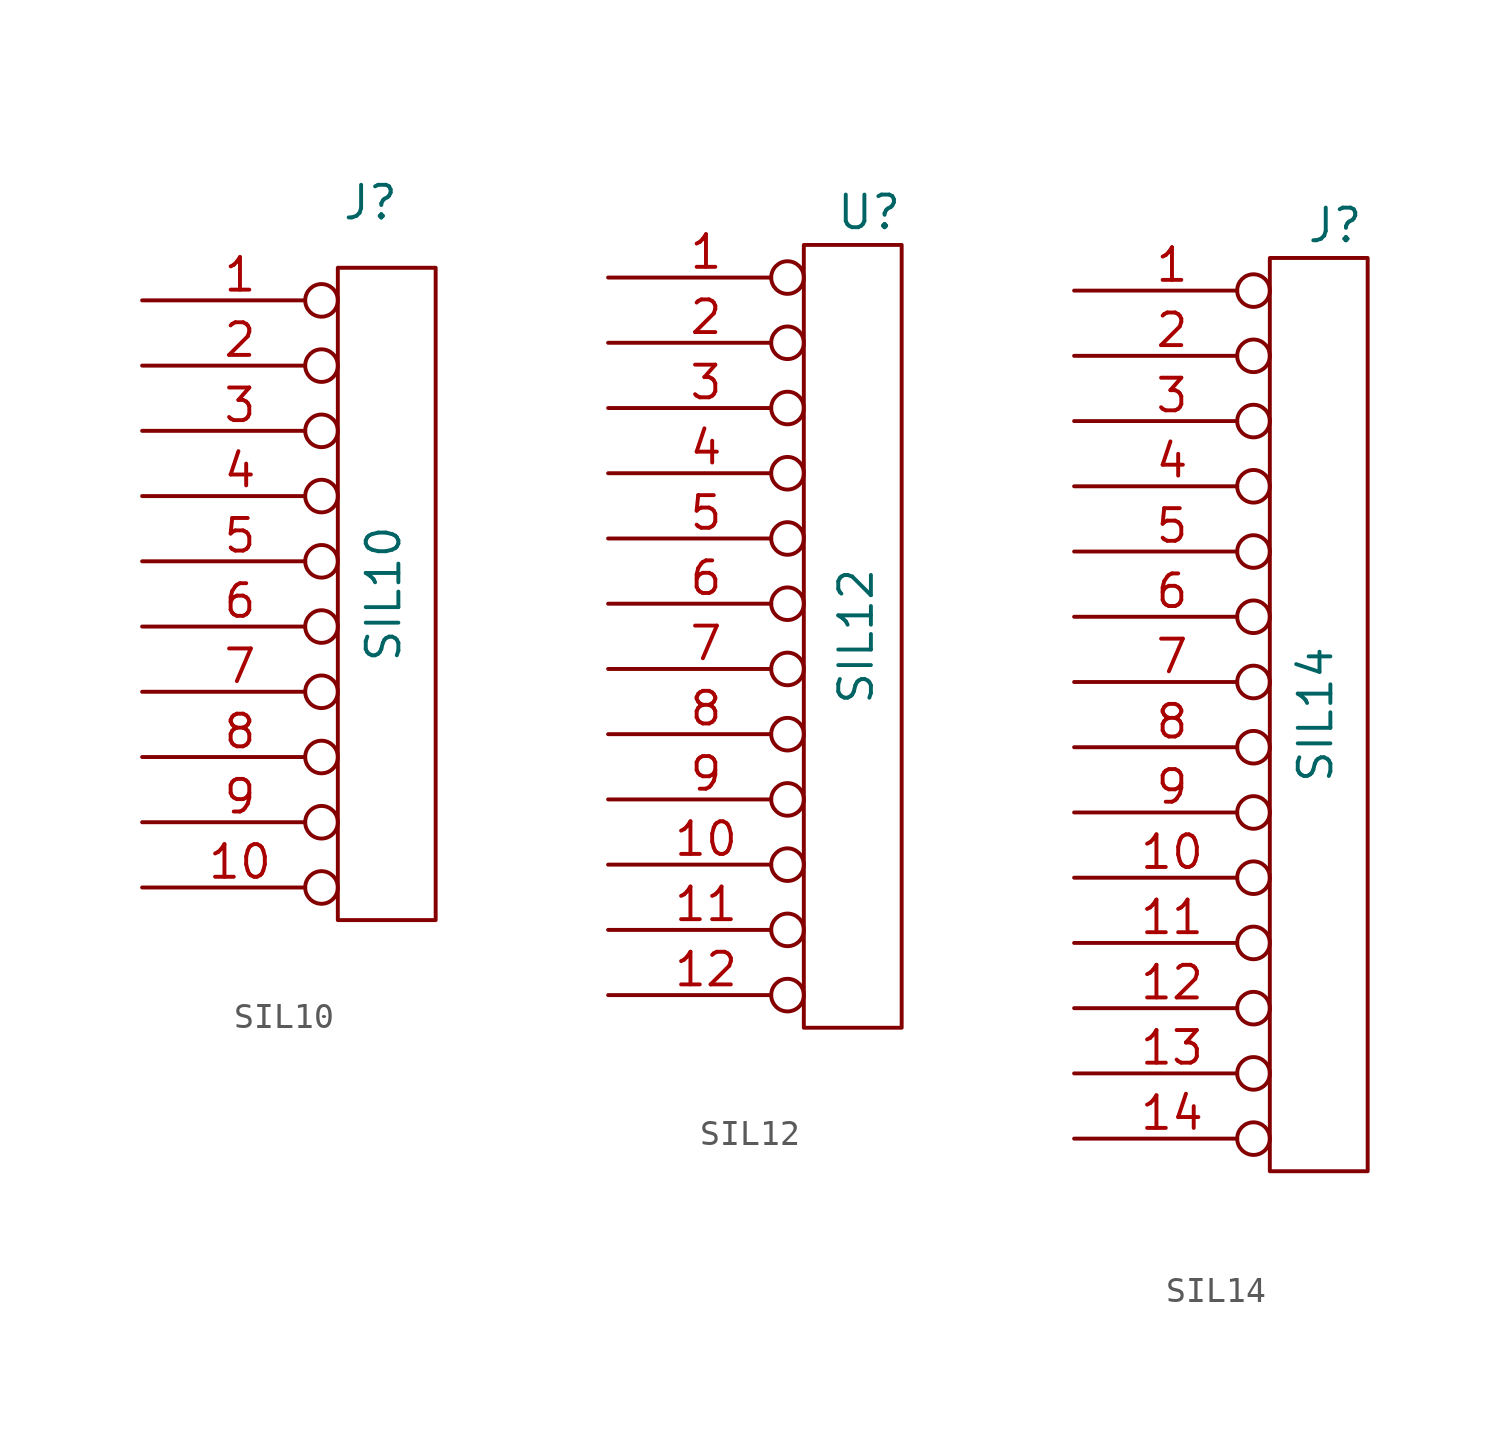
<source format=kicad_sym>
(kicad_symbol_lib
  (version 20211014)
  (generator kicad_symbol_editor)
  (symbol "SIL10"
    (pin_names
      (offset 1.016) hide)
    (property "Reference" "J"
      (at 0 15.24 0)
      (effects (font (size 1.27 1.27))))
    (property "Value" "SIL10"
      (at 0.508 0 90)
      (effects (font (size 1.27 1.27))))
    (property "Footprint" ""
      (at 0 0 0)
      (effects (font (size 1.27 1.27))))
    (property "Datasheet" ""
      (at 0 0 0)
      (effects (font (size 1.27 1.27))))
    (symbol "SIL10_0_1"
      (rectangle (start -1.27 12.7) (end 2.54 -12.7) (stroke (width 0) (type default) (color 0 0 0 0)) (fill (type none))))
    (symbol "SIL10_1_1"
      (pin passive inverted (at -8.89 11.43 0) (length 7.62) (name "1" (effects (font (size 1.27 1.27)))) (number "1" (effects (font (size 1.27 1.27)))))
      (pin passive inverted (at -8.89 -11.43 0) (length 7.62) (name "10" (effects (font (size 1.27 1.27)))) (number "10" (effects (font (size 1.27 1.27)))))
      (pin passive inverted (at -8.89 8.89 0) (length 7.62) (name "2" (effects (font (size 1.27 1.27)))) (number "2" (effects (font (size 1.27 1.27)))))
      (pin passive inverted (at -8.89 6.35 0) (length 7.62) (name "3" (effects (font (size 1.27 1.27)))) (number "3" (effects (font (size 1.27 1.27)))))
      (pin passive inverted (at -8.89 3.81 0) (length 7.62) (name "4" (effects (font (size 1.27 1.27)))) (number "4" (effects (font (size 1.27 1.27)))))
      (pin passive inverted (at -8.89 1.27 0) (length 7.62) (name "5" (effects (font (size 1.27 1.27)))) (number "5" (effects (font (size 1.27 1.27)))))
      (pin passive inverted (at -8.89 -1.27 0) (length 7.62) (name "6" (effects (font (size 1.27 1.27)))) (number "6" (effects (font (size 1.27 1.27)))))
      (pin passive inverted (at -8.89 -3.81 0) (length 7.62) (name "7" (effects (font (size 1.27 1.27)))) (number "7" (effects (font (size 1.27 1.27)))))
      (pin passive inverted (at -8.89 -6.35 0) (length 7.62) (name "8" (effects (font (size 1.27 1.27)))) (number "8" (effects (font (size 1.27 1.27)))))
      (pin passive inverted (at -8.89 -8.89 0) (length 7.62) (name "9" (effects (font (size 1.27 1.27)))) (number "9" (effects (font (size 1.27 1.27)))))))
  (symbol "SIL12"
    (pin_names
      (offset 1.016) hide)
    (property "Reference" "U"
      (at 1.27 16.51 0)
      (effects (font (size 1.27 1.27))))
    (property "Value" "SIL12"
      (at 0.762 0 90)
      (effects (font (size 1.27 1.27))))
    (property "Footprint" ""
      (at 0 0 0)
      (effects (font (size 1.27 1.27))))
    (property "Datasheet" ""
      (at 0 0 0)
      (effects (font (size 1.27 1.27))))
    (symbol "SIL12_0_1"
      (rectangle (start -1.27 15.24) (end 2.54 -15.24) (stroke (width 0) (type default) (color 0 0 0 0)) (fill (type none))))
    (symbol "SIL12_1_1"
      (pin passive inverted (at -8.89 13.97 0) (length 7.62) (name "1" (effects (font (size 1.27 1.27)))) (number "1" (effects (font (size 1.27 1.27)))))
      (pin passive inverted (at -8.89 -8.89 0) (length 7.62) (name "10" (effects (font (size 1.27 1.27)))) (number "10" (effects (font (size 1.27 1.27)))))
      (pin passive inverted (at -8.89 -11.43 0) (length 7.62) (name "11" (effects (font (size 1.27 1.27)))) (number "11" (effects (font (size 1.27 1.27)))))
      (pin passive inverted (at -8.89 -13.97 0) (length 7.62) (name "12" (effects (font (size 1.27 1.27)))) (number "12" (effects (font (size 1.27 1.27)))))
      (pin passive inverted (at -8.89 11.43 0) (length 7.62) (name "2" (effects (font (size 1.27 1.27)))) (number "2" (effects (font (size 1.27 1.27)))))
      (pin passive inverted (at -8.89 8.89 0) (length 7.62) (name "3" (effects (font (size 1.27 1.27)))) (number "3" (effects (font (size 1.27 1.27)))))
      (pin passive inverted (at -8.89 6.35 0) (length 7.62) (name "4" (effects (font (size 1.27 1.27)))) (number "4" (effects (font (size 1.27 1.27)))))
      (pin passive inverted (at -8.89 3.81 0) (length 7.62) (name "5" (effects (font (size 1.27 1.27)))) (number "5" (effects (font (size 1.27 1.27)))))
      (pin passive inverted (at -8.89 1.27 0) (length 7.62) (name "6" (effects (font (size 1.27 1.27)))) (number "6" (effects (font (size 1.27 1.27)))))
      (pin passive inverted (at -8.89 -1.27 0) (length 7.62) (name "7" (effects (font (size 1.27 1.27)))) (number "7" (effects (font (size 1.27 1.27)))))
      (pin passive inverted (at -8.89 -3.81 0) (length 7.62) (name "8" (effects (font (size 1.27 1.27)))) (number "8" (effects (font (size 1.27 1.27)))))
      (pin passive inverted (at -8.89 -6.35 0) (length 7.62) (name "9" (effects (font (size 1.27 1.27)))) (number "9" (effects (font (size 1.27 1.27)))))))
  (symbol "SIL14"
    (pin_names
      (offset 1.016) hide)
    (property "Reference" "J"
      (at 1.27 19.05 0)
      (effects (font (size 1.27 1.27))))
    (property "Value" "SIL14"
      (at 0.508 0 90)
      (effects (font (size 1.27 1.27))))
    (property "Footprint" ""
      (at 0 0 0)
      (effects (font (size 1.27 1.27))))
    (property "Datasheet" ""
      (at 0 0 0)
      (effects (font (size 1.27 1.27))))
    (symbol "SIL14_0_1"
      (rectangle (start -1.27 17.78) (end 2.54 -17.78) (stroke (width 0) (type default) (color 0 0 0 0)) (fill (type none))))
    (symbol "SIL14_1_1"
      (pin passive inverted (at -8.89 16.51 0) (length 7.62) (name "1" (effects (font (size 1.27 1.27)))) (number "1" (effects (font (size 1.27 1.27)))))
      (pin passive inverted (at -8.89 -6.35 0) (length 7.62) (name "10" (effects (font (size 1.27 1.27)))) (number "10" (effects (font (size 1.27 1.27)))))
      (pin passive inverted (at -8.89 -8.89 0) (length 7.62) (name "11" (effects (font (size 1.27 1.27)))) (number "11" (effects (font (size 1.27 1.27)))))
      (pin passive inverted (at -8.89 -11.43 0) (length 7.62) (name "12" (effects (font (size 1.27 1.27)))) (number "12" (effects (font (size 1.27 1.27)))))
      (pin passive inverted (at -8.89 -13.97 0) (length 7.62) (name "13" (effects (font (size 1.27 1.27)))) (number "13" (effects (font (size 1.27 1.27)))))
      (pin passive inverted (at -8.89 -16.51 0) (length 7.62) (name "14" (effects (font (size 1.27 1.27)))) (number "14" (effects (font (size 1.27 1.27)))))
      (pin passive inverted (at -8.89 13.97 0) (length 7.62) (name "2" (effects (font (size 1.27 1.27)))) (number "2" (effects (font (size 1.27 1.27)))))
      (pin passive inverted (at -8.89 11.43 0) (length 7.62) (name "3" (effects (font (size 1.27 1.27)))) (number "3" (effects (font (size 1.27 1.27)))))
      (pin passive inverted (at -8.89 8.89 0) (length 7.62) (name "4" (effects (font (size 1.27 1.27)))) (number "4" (effects (font (size 1.27 1.27)))))
      (pin passive inverted (at -8.89 6.35 0) (length 7.62) (name "5" (effects (font (size 1.27 1.27)))) (number "5" (effects (font (size 1.27 1.27)))))
      (pin passive inverted (at -8.89 3.81 0) (length 7.62) (name "6" (effects (font (size 1.27 1.27)))) (number "6" (effects (font (size 1.27 1.27)))))
      (pin passive inverted (at -8.89 1.27 0) (length 7.62) (name "7" (effects (font (size 1.27 1.27)))) (number "7" (effects (font (size 1.27 1.27)))))
      (pin passive inverted (at -8.89 -1.27 0) (length 7.62) (name "8" (effects (font (size 1.27 1.27)))) (number "8" (effects (font (size 1.27 1.27)))))
      (pin passive inverted (at -8.89 -3.81 0) (length 7.62) (name "9" (effects (font (size 1.27 1.27)))) (number "9" (effects (font (size 1.27 1.27))))))))
</source>
